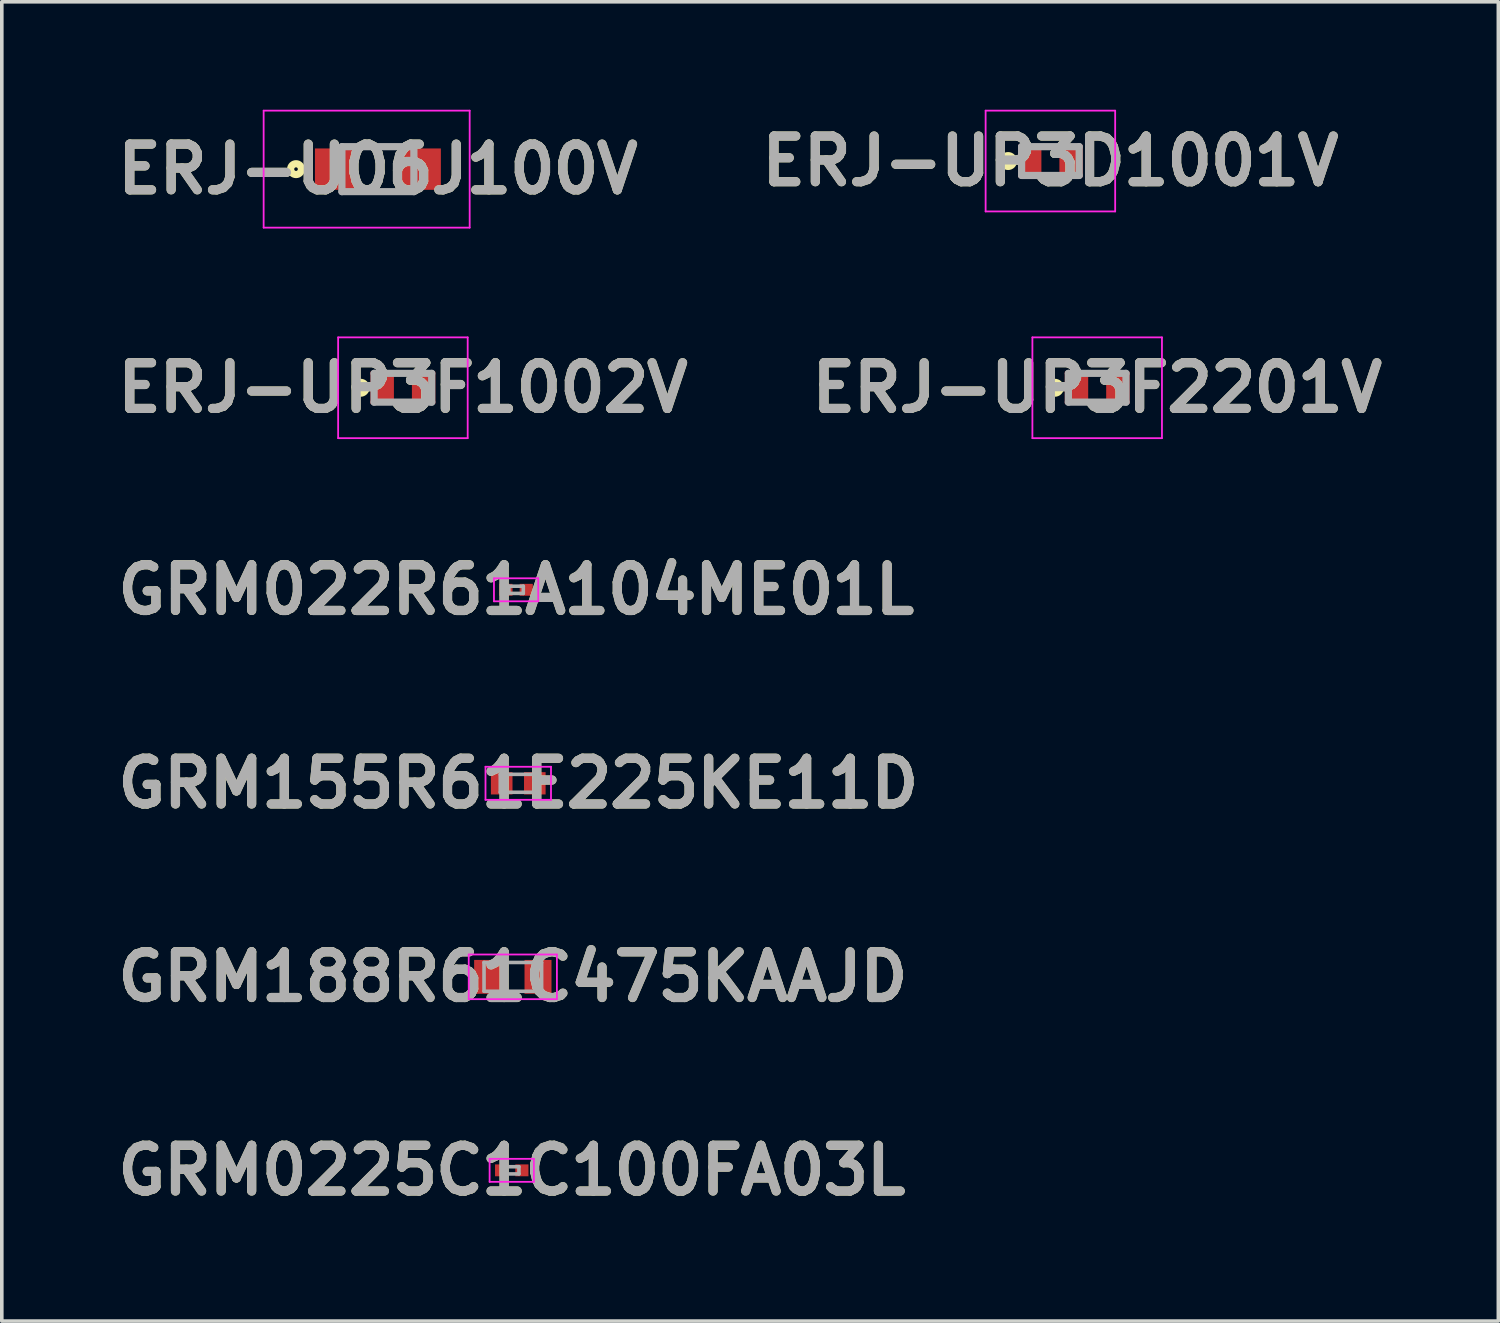
<source format=kicad_pcb>
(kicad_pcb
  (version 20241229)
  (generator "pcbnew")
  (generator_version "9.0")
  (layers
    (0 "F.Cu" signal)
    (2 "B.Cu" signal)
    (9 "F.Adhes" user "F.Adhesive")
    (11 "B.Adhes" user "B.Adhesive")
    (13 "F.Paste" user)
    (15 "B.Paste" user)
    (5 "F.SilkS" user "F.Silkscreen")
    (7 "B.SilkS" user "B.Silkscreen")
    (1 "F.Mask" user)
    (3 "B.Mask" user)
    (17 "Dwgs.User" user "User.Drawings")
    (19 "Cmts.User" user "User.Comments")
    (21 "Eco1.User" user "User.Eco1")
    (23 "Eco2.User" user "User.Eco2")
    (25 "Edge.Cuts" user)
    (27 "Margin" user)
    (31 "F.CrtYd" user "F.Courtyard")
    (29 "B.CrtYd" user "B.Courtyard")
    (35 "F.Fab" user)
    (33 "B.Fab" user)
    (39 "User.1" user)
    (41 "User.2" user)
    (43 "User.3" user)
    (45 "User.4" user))
  (footprint "GRM022R61A104ME01L"
    (layer "F.Cu")
    (at 11.291 13.339)
    (property "Reference" "GRM022R61A104ME01L" (at 0 0 0) (layer "F.SilkS") (effects (font (size 1.27 1.27) (thickness 0.254))))
    (attr smd)
    (fp_line (start -0.615 -0.32) (end 0.615 -0.32) (stroke (width 0.05) (type solid)) (layer "F.CrtYd"))
    (fp_line (start -0.615 0.32) (end -0.615 -0.32) (stroke (width 0.05) (type solid)) (layer "F.CrtYd"))
    (fp_line (start 0.615 -0.32) (end 0.615 0.32) (stroke (width 0.05) (type solid)) (layer "F.CrtYd"))
    (fp_line (start 0.615 0.32) (end -0.615 0.32) (stroke (width 0.05) (type solid)) (layer "F.CrtYd"))
    (fp_line (start -0.2 -0.1) (end 0.2 -0.1) (stroke (width 0.1) (type solid)) (layer "F.Fab"))
    (fp_line (start -0.2 0.1) (end -0.2 -0.1) (stroke (width 0.1) (type solid)) (layer "F.Fab"))
    (fp_line (start 0.2 -0.1) (end 0.2 0.1) (stroke (width 0.1) (type solid)) (layer "F.Fab"))
    (fp_line (start 0.2 0.1) (end -0.2 0.1) (stroke (width 0.1) (type solid)) (layer "F.Fab"))
    (fp_text user "${REFERENCE}" (at 0 0 0) (layer "F.Fab") (effects (font (size 1.27 1.27) (thickness 0.254))))
    (pad "1" smd rect (at -0.282 0 90) (size 0.33 0.365) (layers "F.Cu" "F.Mask" "F.Paste"))
    (pad "2" smd rect (at 0.282 0 90) (size 0.33 0.365) (layers "F.Cu" "F.Mask" "F.Paste")))
  (footprint "ERJ-UP3F2201V"
    (layer "F.Cu")
    (at 27.438 7.725)
    (property "Reference" "ERJ-UP3F2201V" (at 0 0 0) (layer "F.SilkS") (effects (font (size 1.27 1.27) (thickness 0.254))))
    (attr smd)
    (fp_circle (center -1.175 0) (end -1.175 0.05) (stroke (width 0.2) (type solid)) (fill no) (layer "F.SilkS"))
    (fp_line (start -1.8 -1.4) (end 1.8 -1.4) (stroke (width 0.05) (type solid)) (layer "F.CrtYd"))
    (fp_line (start -1.8 1.4) (end -1.8 -1.4) (stroke (width 0.05) (type solid)) (layer "F.CrtYd"))
    (fp_line (start 1.8 -1.4) (end 1.8 1.4) (stroke (width 0.05) (type solid)) (layer "F.CrtYd"))
    (fp_line (start 1.8 1.4) (end -1.8 1.4) (stroke (width 0.05) (type solid)) (layer "F.CrtYd"))
    (fp_line (start -0.8 -0.4) (end 0.8 -0.4) (stroke (width 0.2) (type solid)) (layer "F.Fab"))
    (fp_line (start -0.8 0.4) (end -0.8 -0.4) (stroke (width 0.2) (type solid)) (layer "F.Fab"))
    (fp_line (start 0.8 -0.4) (end 0.8 0.4) (stroke (width 0.2) (type solid)) (layer "F.Fab"))
    (fp_line (start 0.8 0.4) (end -0.8 0.4) (stroke (width 0.2) (type solid)) (layer "F.Fab"))
    (fp_text user "${REFERENCE}" (at 0 0 0) (layer "F.Fab") (effects (font (size 1.27 1.27) (thickness 0.254))))
    (pad "1" smd rect (at -0.575 0) (size 0.65 0.9) (layers "F.Cu" "F.Mask" "F.Paste"))
    (pad "2" smd rect (at 0.575 0) (size 0.65 0.9) (layers "F.Cu" "F.Mask" "F.Paste")))
  (footprint "GRM155R61E225KE11D"
    (layer "F.Cu")
    (at 11.351 18.716)
    (property "Reference" "GRM155R61E225KE11D" (at 0 0 0) (layer "F.SilkS") (effects (font (size 1.27 1.27) (thickness 0.254))))
    (attr smd)
    (fp_line (start -0.91 -0.46) (end 0.91 -0.46) (stroke (width 0.05) (type solid)) (layer "F.CrtYd"))
    (fp_line (start -0.91 0.46) (end -0.91 -0.46) (stroke (width 0.05) (type solid)) (layer "F.CrtYd"))
    (fp_line (start 0.91 -0.46) (end 0.91 0.46) (stroke (width 0.05) (type solid)) (layer "F.CrtYd"))
    (fp_line (start 0.91 0.46) (end -0.91 0.46) (stroke (width 0.05) (type solid)) (layer "F.CrtYd"))
    (fp_line (start -0.5 -0.25) (end 0.5 -0.25) (stroke (width 0.1) (type solid)) (layer "F.Fab"))
    (fp_line (start -0.5 0.25) (end -0.5 -0.25) (stroke (width 0.1) (type solid)) (layer "F.Fab"))
    (fp_line (start 0.5 -0.25) (end 0.5 0.25) (stroke (width 0.1) (type solid)) (layer "F.Fab"))
    (fp_line (start 0.5 0.25) (end -0.5 0.25) (stroke (width 0.1) (type solid)) (layer "F.Fab"))
    (fp_text user "${REFERENCE}" (at 0 0 0) (layer "F.Fab") (effects (font (size 1.27 1.27) (thickness 0.254))))
    (pad "1" smd rect (at -0.46 0) (size 0.6 0.62) (layers "F.Cu" "F.Mask" "F.Paste"))
    (pad "2" smd rect (at 0.46 0) (size 0.6 0.62) (layers "F.Cu" "F.Mask" "F.Paste")))
  (footprint "GRM188R61C475KAAJD"
    (layer "F.Cu")
    (at 11.2 24.094)
    (property "Reference" "GRM188R61C475KAAJD" (at 0 0 0) (layer "F.SilkS") (effects (font (size 1.27 1.27) (thickness 0.254))))
    (attr smd)
    (fp_line (start -1.225 -0.62) (end 1.225 -0.62) (stroke (width 0.05) (type solid)) (layer "F.CrtYd"))
    (fp_line (start -1.225 0.62) (end -1.225 -0.62) (stroke (width 0.05) (type solid)) (layer "F.CrtYd"))
    (fp_line (start 1.225 -0.62) (end 1.225 0.62) (stroke (width 0.05) (type solid)) (layer "F.CrtYd"))
    (fp_line (start 1.225 0.62) (end -1.225 0.62) (stroke (width 0.05) (type solid)) (layer "F.CrtYd"))
    (fp_line (start -0.8 -0.4) (end 0.8 -0.4) (stroke (width 0.1) (type solid)) (layer "F.Fab"))
    (fp_line (start -0.8 0.4) (end -0.8 -0.4) (stroke (width 0.1) (type solid)) (layer "F.Fab"))
    (fp_line (start 0.8 -0.4) (end 0.8 0.4) (stroke (width 0.1) (type solid)) (layer "F.Fab"))
    (fp_line (start 0.8 0.4) (end -0.8 0.4) (stroke (width 0.1) (type solid)) (layer "F.Fab"))
    (fp_text user "${REFERENCE}" (at 0 0 0) (layer "F.Fab") (effects (font (size 1.27 1.27) (thickness 0.254))))
    (pad "1" smd rect (at -0.7 0) (size 0.75 0.94) (layers "F.Cu" "F.Mask" "F.Paste"))
    (pad "2" smd rect (at 0.7 0) (size 0.75 0.94) (layers "F.Cu" "F.Mask" "F.Paste")))
  (footprint "ERJ-UP3F1002V"
    (layer "F.Cu")
    (at 8.146 7.725)
    (property "Reference" "ERJ-UP3F1002V" (at 0 0 0) (layer "F.SilkS") (effects (font (size 1.27 1.27) (thickness 0.254))))
    (attr smd)
    (fp_circle (center -1.175 0) (end -1.175 0.05) (stroke (width 0.2) (type solid)) (fill no) (layer "F.SilkS"))
    (fp_line (start -1.8 -1.4) (end 1.8 -1.4) (stroke (width 0.05) (type solid)) (layer "F.CrtYd"))
    (fp_line (start -1.8 1.4) (end -1.8 -1.4) (stroke (width 0.05) (type solid)) (layer "F.CrtYd"))
    (fp_line (start 1.8 -1.4) (end 1.8 1.4) (stroke (width 0.05) (type solid)) (layer "F.CrtYd"))
    (fp_line (start 1.8 1.4) (end -1.8 1.4) (stroke (width 0.05) (type solid)) (layer "F.CrtYd"))
    (fp_line (start -0.8 -0.4) (end 0.8 -0.4) (stroke (width 0.2) (type solid)) (layer "F.Fab"))
    (fp_line (start -0.8 0.4) (end -0.8 -0.4) (stroke (width 0.2) (type solid)) (layer "F.Fab"))
    (fp_line (start 0.8 -0.4) (end 0.8 0.4) (stroke (width 0.2) (type solid)) (layer "F.Fab"))
    (fp_line (start 0.8 0.4) (end -0.8 0.4) (stroke (width 0.2) (type solid)) (layer "F.Fab"))
    (fp_text user "${REFERENCE}" (at 0 0 0) (layer "F.Fab") (effects (font (size 1.27 1.27) (thickness 0.254))))
    (pad "1" smd rect (at -0.575 0) (size 0.65 0.9) (layers "F.Cu" "F.Mask" "F.Paste"))
    (pad "2" smd rect (at 0.575 0) (size 0.65 0.9) (layers "F.Cu" "F.Mask" "F.Paste")))
  (footprint "ERJ-U06J100V"
    (layer "F.Cu")
    (at 7.451 1.65)
    (property "Reference" "ERJ-U06J100V" (at 0 0 0) (layer "F.SilkS") (effects (font (size 1.27 1.27) (thickness 0.254))))
    (attr smd)
    (fp_circle (center -2.275 0) (end -2.275 0.05) (stroke (width 0.2) (type solid)) (fill no) (layer "F.SilkS"))
    (fp_line (start -3.175 -1.625) (end 2.55 -1.625) (stroke (width 0.05) (type solid)) (layer "F.CrtYd"))
    (fp_line (start -3.175 1.625) (end -3.175 -1.625) (stroke (width 0.05) (type solid)) (layer "F.CrtYd"))
    (fp_line (start 2.55 -1.625) (end 2.55 1.625) (stroke (width 0.05) (type solid)) (layer "F.CrtYd"))
    (fp_line (start 2.55 1.625) (end -3.175 1.625) (stroke (width 0.05) (type solid)) (layer "F.CrtYd"))
    (fp_line (start -1 -0.625) (end 1 -0.625) (stroke (width 0.2) (type solid)) (layer "F.Fab"))
    (fp_line (start -1 0.625) (end -1 -0.625) (stroke (width 0.2) (type solid)) (layer "F.Fab"))
    (fp_line (start 1 -0.625) (end 1 0.625) (stroke (width 0.2) (type solid)) (layer "F.Fab"))
    (fp_line (start 1 0.625) (end -1 0.625) (stroke (width 0.2) (type solid)) (layer "F.Fab"))
    (fp_text user "${REFERENCE}" (at 0 0 0) (layer "F.Fab") (effects (font (size 1.27 1.27) (thickness 0.254))))
    (pad "1" smd rect (at -1.175 0 90) (size 1.15 1.15) (layers "F.Cu" "F.Mask" "F.Paste"))
    (pad "2" smd rect (at 1.175 0 90) (size 1.15 1.15) (layers "F.Cu" "F.Mask" "F.Paste")))
  (footprint "ERJ-UP3D1001V"
    (layer "F.Cu")
    (at 26.138 1.425)
    (property "Reference" "ERJ-UP3D1001V" (at 0 0 0) (layer "F.SilkS") (effects (font (size 1.27 1.27) (thickness 0.254))))
    (attr smd)
    (fp_circle (center -1.175 0) (end -1.175 0.05) (stroke (width 0.2) (type solid)) (fill no) (layer "F.SilkS"))
    (fp_line (start -1.8 -1.4) (end 1.8 -1.4) (stroke (width 0.05) (type solid)) (layer "F.CrtYd"))
    (fp_line (start -1.8 1.4) (end -1.8 -1.4) (stroke (width 0.05) (type solid)) (layer "F.CrtYd"))
    (fp_line (start 1.8 -1.4) (end 1.8 1.4) (stroke (width 0.05) (type solid)) (layer "F.CrtYd"))
    (fp_line (start 1.8 1.4) (end -1.8 1.4) (stroke (width 0.05) (type solid)) (layer "F.CrtYd"))
    (fp_line (start -0.8 -0.4) (end 0.8 -0.4) (stroke (width 0.2) (type solid)) (layer "F.Fab"))
    (fp_line (start -0.8 0.4) (end -0.8 -0.4) (stroke (width 0.2) (type solid)) (layer "F.Fab"))
    (fp_line (start 0.8 -0.4) (end 0.8 0.4) (stroke (width 0.2) (type solid)) (layer "F.Fab"))
    (fp_line (start 0.8 0.4) (end -0.8 0.4) (stroke (width 0.2) (type solid)) (layer "F.Fab"))
    (fp_text user "${REFERENCE}" (at 0 0 0) (layer "F.Fab") (effects (font (size 1.27 1.27) (thickness 0.254))))
    (pad "1" smd rect (at -0.575 0) (size 0.65 0.9) (layers "F.Cu" "F.Mask" "F.Paste"))
    (pad "2" smd rect (at 0.575 0) (size 0.65 0.9) (layers "F.Cu" "F.Mask" "F.Paste")))
  (footprint "GRM0225C1C100FA03L"
    (layer "F.Cu")
    (at 11.17 29.471)
    (property "Reference" "GRM0225C1C100FA03L" (at 0 0 0) (layer "F.SilkS") (effects (font (size 1.27 1.27) (thickness 0.254))))
    (attr smd)
    (fp_line (start -0.615 -0.32) (end 0.615 -0.32) (stroke (width 0.05) (type solid)) (layer "F.CrtYd"))
    (fp_line (start -0.615 0.32) (end -0.615 -0.32) (stroke (width 0.05) (type solid)) (layer "F.CrtYd"))
    (fp_line (start 0.615 -0.32) (end 0.615 0.32) (stroke (width 0.05) (type solid)) (layer "F.CrtYd"))
    (fp_line (start 0.615 0.32) (end -0.615 0.32) (stroke (width 0.05) (type solid)) (layer "F.CrtYd"))
    (fp_line (start -0.2 -0.1) (end 0.2 -0.1) (stroke (width 0.1) (type solid)) (layer "F.Fab"))
    (fp_line (start -0.2 0.1) (end -0.2 -0.1) (stroke (width 0.1) (type solid)) (layer "F.Fab"))
    (fp_line (start 0.2 -0.1) (end 0.2 0.1) (stroke (width 0.1) (type solid)) (layer "F.Fab"))
    (fp_line (start 0.2 0.1) (end -0.2 0.1) (stroke (width 0.1) (type solid)) (layer "F.Fab"))
    (fp_text user "${REFERENCE}" (at 0 0 0) (layer "F.Fab") (effects (font (size 1.27 1.27) (thickness 0.254))))
    (pad "1" smd rect (at -0.282 0 90) (size 0.33 0.365) (layers "F.Cu" "F.Mask" "F.Paste"))
    (pad "2" smd rect (at 0.282 0 90) (size 0.33 0.365) (layers "F.Cu" "F.Mask" "F.Paste")))
  (gr_rect
    (start -3 -3)
    (end 38.585 33.66)
    (stroke (width 0.1) (type default))
    (fill no)
    (layer "Edge.Cuts")))
</source>
